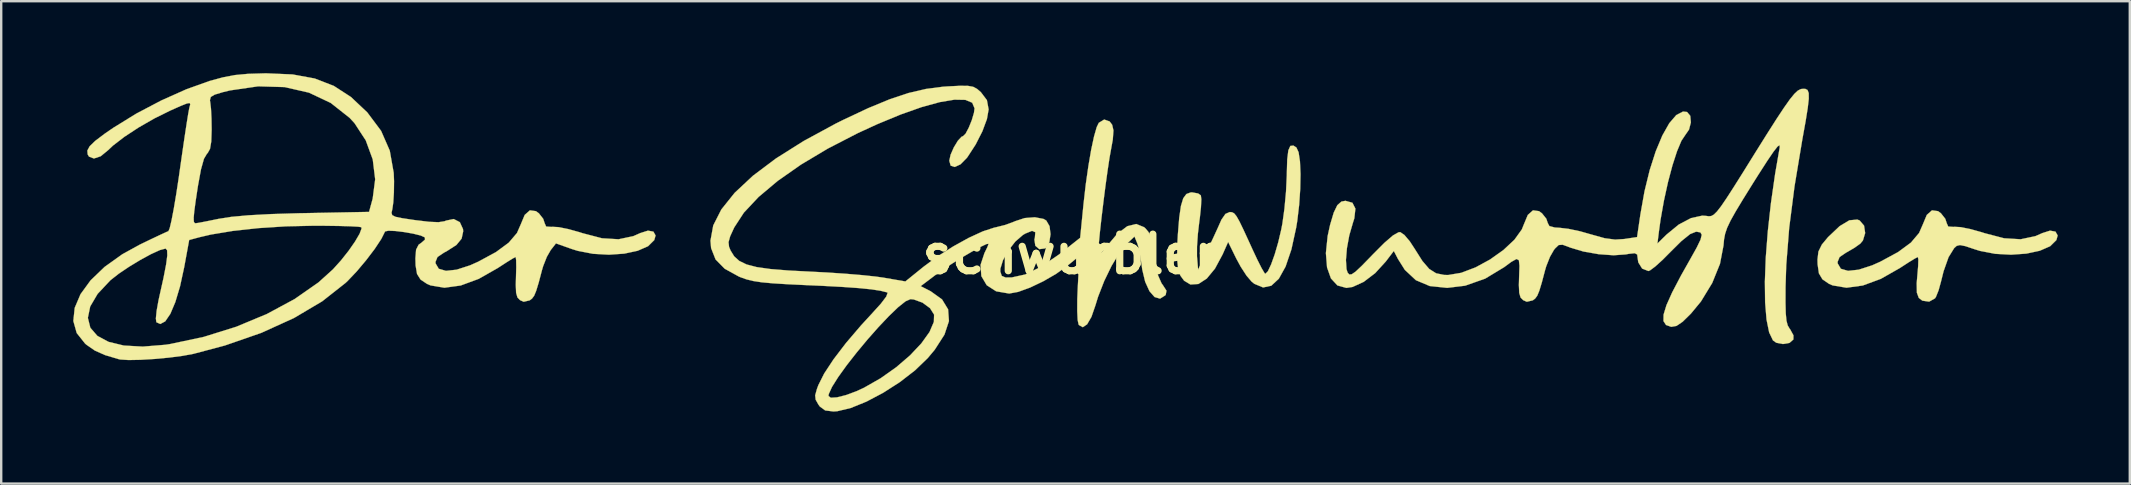
<source format=kicad_pcb>
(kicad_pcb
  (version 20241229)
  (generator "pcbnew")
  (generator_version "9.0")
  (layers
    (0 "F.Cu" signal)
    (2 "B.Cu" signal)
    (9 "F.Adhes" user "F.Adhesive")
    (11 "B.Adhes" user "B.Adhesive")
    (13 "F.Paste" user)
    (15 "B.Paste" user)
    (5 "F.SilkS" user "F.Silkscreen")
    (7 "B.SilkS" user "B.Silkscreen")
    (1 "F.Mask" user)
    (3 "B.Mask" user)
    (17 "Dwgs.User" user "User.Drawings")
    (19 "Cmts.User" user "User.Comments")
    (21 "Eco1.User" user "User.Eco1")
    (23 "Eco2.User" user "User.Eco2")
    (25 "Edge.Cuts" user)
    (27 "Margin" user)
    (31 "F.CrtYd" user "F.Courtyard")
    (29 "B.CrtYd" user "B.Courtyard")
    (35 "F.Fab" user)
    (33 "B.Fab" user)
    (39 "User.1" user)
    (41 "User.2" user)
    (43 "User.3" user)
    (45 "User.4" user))
  (footprint "schwurbler"
    (layer "F.Cu")
    (at 41.528 7.539)
    (property "Reference" "schwurbler" (at 0 0 0) (layer "F.SilkS") (effects (font (size 1.524 1.524) (thickness 0.3))))
    (attr through_hole)
    (fp_poly (pts (xy 9.428 -4.444) (xy 9.519 -4.246) (xy 9.576 -3.862) (xy 9.599 -3.338) (xy 9.587 -2.72) (xy 9.542 -2.054) (xy 9.463 -1.385) (xy 9.419 -1.112) (xy 9.219 -0.198) (xy 8.977 0.515) (xy 8.696 1.021) (xy 8.382 1.313) (xy 8.04 1.386) (xy 7.675 1.234) (xy 7.56 1.141) (xy 7.35 0.895) (xy 7.108 0.523) (xy 6.924 0.184) (xy 6.584 -0.51) (xy 6.354 0.008) (xy 6.035 0.601) (xy 5.692 1.016) (xy 5.345 1.241) (xy 5.013 1.263) (xy 4.749 1.104) (xy 4.596 0.896) (xy 4.501 0.612) (xy 4.459 0.21) (xy 4.464 -0.352) (xy 4.49 -0.828) (xy 4.546 -1.521) (xy 4.617 -2.011) (xy 4.713 -2.329) (xy 4.844 -2.506) (xy 5.021 -2.572) (xy 5.082 -2.575) (xy 5.333 -2.53) (xy 5.447 -2.451) (xy 5.467 -2.284) (xy 5.451 -1.95) (xy 5.404 -1.511) (xy 5.384 -1.369) (xy 5.322 -0.839) (xy 5.287 -0.323) (xy 5.286 0.076) (xy 5.288 0.117) (xy 5.332 0.644) (xy 5.751 -0.234) (xy 5.966 -0.689) (xy 6.155 -1.101) (xy 6.285 -1.394) (xy 6.302 -1.434) (xy 6.471 -1.678) (xy 6.65 -1.756) (xy 6.748 -1.747) (xy 6.835 -1.701) (xy 6.931 -1.583) (xy 7.056 -1.363) (xy 7.228 -1.007) (xy 7.469 -0.484) (xy 7.596 -0.205) (xy 7.802 0.234) (xy 7.977 0.579) (xy 8.097 0.783) (xy 8.132 0.819) (xy 8.238 0.713) (xy 8.374 0.426) (xy 8.524 0.008) (xy 8.67 -0.493) (xy 8.796 -1.027) (xy 8.843 -1.272) (xy 8.929 -1.895) (xy 8.995 -2.611) (xy 9.027 -3.279) (xy 9.028 -3.365) (xy 9.045 -3.951) (xy 9.091 -4.325) (xy 9.174 -4.509) (xy 9.302 -4.525) (xy 9.428 -4.444)) (stroke (width 0.01) (type solid)) (fill yes) (layer "F.SilkS"))
    (fp_poly (pts (xy 36.157 -1.793) (xy 36.279 -1.703) (xy 36.459 -1.474) (xy 36.52 -1.29) (xy 36.581 -1.152) (xy 36.799 -1.136) (xy 36.842 -1.141) (xy 37.101 -1.127) (xy 37.504 -1.046) (xy 37.974 -0.915) (xy 38.1 -0.874) (xy 38.908 -0.663) (xy 39.598 -0.622) (xy 40.211 -0.751) (xy 40.502 -0.879) (xy 40.822 -0.981) (xy 41.05 -0.94) (xy 41.14 -0.779) (xy 41.086 -0.587) (xy 40.829 -0.333) (xy 40.395 -0.144) (xy 39.836 -0.024) (xy 39.2 0.021) (xy 38.538 -0.015) (xy 37.9 -0.138) (xy 37.669 -0.21) (xy 37.293 -0.336) (xy 37.07 -0.38) (xy 36.934 -0.347) (xy 36.828 -0.252) (xy 36.595 0.124) (xy 36.387 0.712) (xy 36.277 1.152) (xy 36.179 1.507) (xy 36.071 1.775) (xy 36.031 1.839) (xy 35.786 1.977) (xy 35.503 1.936) (xy 35.354 1.82) (xy 35.275 1.604) (xy 35.267 1.211) (xy 35.295 0.883) (xy 35.328 0.495) (xy 35.336 0.22) (xy 35.318 0.117) (xy 35.198 0.177) (xy 34.939 0.335) (xy 34.595 0.558) (xy 34.573 0.573) (xy 33.772 1.028) (xy 33.022 1.304) (xy 32.344 1.397) (xy 31.764 1.3) (xy 31.612 1.233) (xy 31.341 1.047) (xy 31.194 0.799) (xy 31.139 0.418) (xy 31.135 0.223) (xy 31.173 -0.108) (xy 31.316 -0.4) (xy 31.574 -0.711) (xy 32.058 -1.169) (xy 32.463 -1.412) (xy 32.794 -1.442) (xy 32.892 -1.404) (xy 33.075 -1.19) (xy 33.121 -0.881) (xy 33.028 -0.573) (xy 32.921 -0.442) (xy 32.675 -0.266) (xy 32.354 -0.079) (xy 32.328 -0.066) (xy 32.056 0.118) (xy 31.972 0.321) (xy 31.977 0.387) (xy 32.109 0.608) (xy 32.408 0.694) (xy 32.85 0.646) (xy 33.41 0.465) (xy 33.751 0.313) (xy 34.493 -0.089) (xy 35.025 -0.481) (xy 35.366 -0.883) (xy 35.517 -1.226) (xy 35.688 -1.636) (xy 35.904 -1.827) (xy 36.157 -1.793)) (stroke (width 0.01) (type solid)) (fill yes) (layer "F.SilkS"))
    (fp_poly (pts (xy 30.719 -6.841) (xy 30.769 -6.713) (xy 30.772 -6.473) (xy 30.729 -6.094) (xy 30.641 -5.544) (xy 30.506 -4.796) (xy 30.501 -4.766) (xy 30.179 -2.834) (xy 29.956 -1.098) (xy 29.833 0.456) (xy 29.804 1.363) (xy 29.802 2.009) (xy 29.813 2.463) (xy 29.842 2.769) (xy 29.894 2.967) (xy 29.973 3.102) (xy 29.997 3.131) (xy 30.133 3.379) (xy 30.131 3.553) (xy 29.968 3.696) (xy 29.695 3.743) (xy 29.418 3.689) (xy 29.28 3.591) (xy 29.121 3.259) (xy 29.012 2.723) (xy 28.953 2.009) (xy 28.943 1.142) (xy 28.98 0.147) (xy 29.065 -0.951) (xy 29.195 -2.126) (xy 29.371 -3.354) (xy 29.561 -4.448) (xy 29.556 -4.542) (xy 29.472 -4.486) (xy 29.301 -4.268) (xy 29.035 -3.876) (xy 28.664 -3.299) (xy 28.451 -2.961) (xy 28.035 -2.292) (xy 27.728 -1.783) (xy 27.512 -1.398) (xy 27.371 -1.1) (xy 27.287 -0.851) (xy 27.242 -0.616) (xy 27.219 -0.36) (xy 27.073 0.401) (xy 26.75 1.199) (xy 26.28 1.97) (xy 25.862 2.476) (xy 25.517 2.815) (xy 25.26 2.988) (xy 25.049 3.026) (xy 25.034 3.024) (xy 24.824 2.949) (xy 24.719 2.786) (xy 24.723 2.517) (xy 24.843 2.123) (xy 25.083 1.588) (xy 25.447 0.893) (xy 25.825 0.223) (xy 26.104 -0.276) (xy 26.264 -0.609) (xy 26.313 -0.809) (xy 26.257 -0.907) (xy 26.103 -0.936) (xy 26.073 -0.936) (xy 25.831 -0.839) (xy 25.467 -0.547) (xy 25.033 -0.117) (xy 24.682 0.236) (xy 24.376 0.513) (xy 24.158 0.675) (xy 24.091 0.702) (xy 23.83 0.599) (xy 23.669 0.339) (xy 23.644 0.168) (xy 23.624 0.014) (xy 23.522 -0.041) (xy 23.277 -0.015) (xy 23.147 0.009) (xy 22.641 0.045) (xy 22.02 0.000238) (xy 21.385 -0.111) (xy 20.837 -0.275) (xy 20.798 -0.291) (xy 20.519 -0.394) (xy 20.354 -0.382) (xy 20.205 -0.24) (xy 20.157 -0.18) (xy 19.991 0.109) (xy 19.835 0.502) (xy 19.786 0.668) (xy 19.649 1.186) (xy 19.546 1.525) (xy 19.461 1.73) (xy 19.372 1.85) (xy 19.277 1.922) (xy 19.026 1.982) (xy 18.874 1.915) (xy 18.766 1.805) (xy 18.71 1.614) (xy 18.695 1.286) (xy 18.705 0.939) (xy 18.72 0.488) (xy 18.695 0.249) (xy 18.595 0.2) (xy 18.385 0.317) (xy 18.083 0.54) (xy 17.292 1.018) (xy 16.457 1.312) (xy 15.708 1.403) (xy 14.982 1.327) (xy 14.404 1.083) (xy 13.944 0.653) (xy 13.657 0.196) (xy 13.486 -0.134) (xy 13.151 0.305) (xy 12.711 0.787) (xy 12.231 1.153) (xy 11.767 1.365) (xy 11.51 1.405) (xy 11.137 1.302) (xy 10.866 1.01) (xy 10.704 0.553) (xy 10.656 -0.045) (xy 10.729 -0.758) (xy 10.832 -1.227) (xy 10.982 -1.731) (xy 11.131 -2.04) (xy 11.301 -2.191) (xy 11.471 -2.224) (xy 11.762 -2.142) (xy 11.885 -1.898) (xy 11.841 -1.495) (xy 11.777 -1.293) (xy 11.63 -0.785) (xy 11.532 -0.251) (xy 11.491 0.241) (xy 11.514 0.622) (xy 11.562 0.768) (xy 11.63 0.845) (xy 11.73 0.838) (xy 11.892 0.727) (xy 12.145 0.489) (xy 12.521 0.104) (xy 12.61 0.011) (xy 13.095 -0.475) (xy 13.45 -0.781) (xy 13.685 -0.914) (xy 13.755 -0.919) (xy 13.925 -0.802) (xy 14.15 -0.537) (xy 14.349 -0.233) (xy 14.675 0.282) (xy 14.96 0.614) (xy 15.248 0.796) (xy 15.583 0.864) (xy 15.751 0.867) (xy 16.293 0.776) (xy 16.892 0.549) (xy 17.495 0.221) (xy 18.052 -0.175) (xy 18.51 -0.603) (xy 18.817 -1.03) (xy 18.896 -1.225) (xy 19.067 -1.635) (xy 19.283 -1.827) (xy 19.535 -1.793) (xy 19.658 -1.703) (xy 19.838 -1.478) (xy 19.899 -1.299) (xy 19.965 -1.172) (xy 20.193 -1.111) (xy 20.396 -1.099) (xy 20.765 -1.055) (xy 21.247 -0.953) (xy 21.719 -0.819) (xy 22.271 -0.665) (xy 22.705 -0.608) (xy 23.082 -0.632) (xy 23.619 -0.713) (xy 23.758 -1.662) (xy 23.929 -2.621) (xy 24.145 -3.503) (xy 24.396 -4.285) (xy 24.671 -4.943) (xy 24.96 -5.455) (xy 25.251 -5.795) (xy 25.533 -5.942) (xy 25.702 -5.924) (xy 25.835 -5.764) (xy 25.86 -5.489) (xy 25.783 -5.19) (xy 25.633 -4.974) (xy 25.466 -4.725) (xy 25.282 -4.284) (xy 25.091 -3.695) (xy 24.906 -2.997) (xy 24.738 -2.232) (xy 24.598 -1.443) (xy 24.53 -0.953) (xy 24.467 -0.444) (xy 24.846 -0.817) (xy 25.353 -1.233) (xy 25.867 -1.504) (xy 26.336 -1.606) (xy 26.498 -1.595) (xy 26.609 -1.579) (xy 26.711 -1.591) (xy 26.818 -1.65) (xy 26.949 -1.779) (xy 27.121 -2.001) (xy 27.349 -2.335) (xy 27.651 -2.804) (xy 28.045 -3.43) (xy 28.517 -4.189) (xy 29.026 -5.002) (xy 29.431 -5.637) (xy 29.746 -6.113) (xy 29.987 -6.454) (xy 30.172 -6.68) (xy 30.314 -6.813) (xy 30.43 -6.874) (xy 30.478 -6.885) (xy 30.622 -6.889) (xy 30.719 -6.841)) (stroke (width 0.01) (type solid)) (fill yes) (layer "F.SilkS"))
    (fp_poly (pts (xy -4.254 -7.012) (xy -4.037 -6.973) (xy -3.874 -6.885) (xy -3.716 -6.749) (xy -3.465 -6.416) (xy -3.394 -6.03) (xy -3.465 -5.628) (xy -3.655 -5.118) (xy -3.934 -4.57) (xy -4.269 -4.054) (xy -4.303 -4.009) (xy -4.567 -3.742) (xy -4.805 -3.633) (xy -4.975 -3.689) (xy -5.033 -3.892) (xy -4.978 -4.144) (xy -4.844 -4.449) (xy -4.676 -4.726) (xy -4.517 -4.896) (xy -4.462 -4.916) (xy -4.357 -5.016) (xy -4.224 -5.265) (xy -4.095 -5.583) (xy -4.004 -5.894) (xy -3.98 -6.076) (xy -4.078 -6.31) (xy -4.363 -6.429) (xy -4.819 -6.437) (xy -5.43 -6.335) (xy -6.181 -6.129) (xy -7.056 -5.82) (xy -8.04 -5.413) (xy -8.839 -5.046) (xy -10.087 -4.403) (xy -11.207 -3.735) (xy -12.176 -3.057) (xy -12.977 -2.384) (xy -13.589 -1.732) (xy -13.992 -1.114) (xy -13.993 -1.111) (xy -14.162 -0.743) (xy -14.229 -0.501) (xy -14.207 -0.306) (xy -14.144 -0.154) (xy -13.993 0.09) (xy -13.781 0.281) (xy -13.477 0.428) (xy -13.053 0.538) (xy -12.479 0.619) (xy -11.726 0.68) (xy -10.888 0.723) (xy -10.119 0.763) (xy -9.358 0.814) (xy -8.664 0.872) (xy -8.098 0.932) (xy -7.791 0.975) (xy -6.862 1.135) (xy -6.097 0.517) (xy -5.513 0.087) (xy -4.87 -0.323) (xy -4.224 -0.68) (xy -3.633 -0.952) (xy -3.155 -1.108) (xy -3.102 -1.118) (xy -2.7 -1.219) (xy -2.333 -1.355) (xy -2.295 -1.373) (xy -1.894 -1.505) (xy -1.467 -1.538) (xy -1.11 -1.47) (xy -0.992 -1.402) (xy -0.856 -1.167) (xy -0.815 -0.834) (xy -0.865 -0.502) (xy -1 -0.269) (xy -1.041 -0.241) (xy -1.282 -0.209) (xy -1.449 -0.352) (xy -1.487 -0.609) (xy -1.468 -0.687) (xy -1.449 -0.915) (xy -1.585 -0.973) (xy -1.868 -0.859) (xy -1.969 -0.798) (xy -2.282 -0.527) (xy -2.572 -0.153) (xy -2.795 0.249) (xy -2.905 0.605) (xy -2.906 0.727) (xy -2.846 0.904) (xy -2.688 0.971) (xy -2.432 0.969) (xy -1.869 0.845) (xy -1.216 0.527) (xy -0.462 0.012) (xy -0.288 -0.123) (xy 0.419 -0.683) (xy 0.561 -2.105) (xy 0.653 -2.912) (xy 0.762 -3.674) (xy 0.878 -4.35) (xy 0.997 -4.904) (xy 1.109 -5.295) (xy 1.195 -5.472) (xy 1.421 -5.61) (xy 1.647 -5.53) (xy 1.752 -5.392) (xy 1.806 -5.156) (xy 1.779 -4.774) (xy 1.705 -4.368) (xy 1.641 -4.01) (xy 1.563 -3.493) (xy 1.477 -2.872) (xy 1.391 -2.2) (xy 1.31 -1.532) (xy 1.242 -0.922) (xy 1.194 -0.423) (xy 1.171 -0.091) (xy 1.171 -0.046) (xy 1.225 0.002) (xy 1.382 -0.146) (xy 1.505 -0.304) (xy 1.964 -0.848) (xy 2.383 -1.166) (xy 2.757 -1.258) (xy 3.085 -1.124) (xy 3.144 -1.07) (xy 3.264 -0.927) (xy 3.354 -0.747) (xy 3.426 -0.478) (xy 3.495 -0.073) (xy 3.57 0.486) (xy 3.662 0.878) (xy 3.809 1.211) (xy 3.868 1.293) (xy 4.015 1.521) (xy 3.984 1.69) (xy 3.965 1.715) (xy 3.747 1.852) (xy 3.52 1.785) (xy 3.306 1.541) (xy 3.127 1.148) (xy 3.004 0.634) (xy 2.984 0.476) (xy 2.923 0.056) (xy 2.844 -0.308) (xy 2.797 -0.456) (xy 2.682 -0.736) (xy 2.348 -0.417) (xy 2.047 -0.044) (xy 1.726 0.489) (xy 1.421 1.118) (xy 1.165 1.774) (xy 1.057 2.126) (xy 0.89 2.609) (xy 0.709 2.921) (xy 0.53 3.042) (xy 0.37 2.953) (xy 0.354 2.929) (xy 0.315 2.743) (xy 0.297 2.376) (xy 0.299 1.876) (xy 0.318 1.413) (xy 0.389 0.07) (xy -0.13 0.496) (xy -0.588 0.823) (xy -1.123 1.131) (xy -1.669 1.391) (xy -2.162 1.57) (xy -2.536 1.639) (xy -2.54 1.639) (xy -3.08 1.546) (xy -3.473 1.293) (xy -3.697 0.914) (xy -3.731 0.447) (xy -3.569 -0.043) (xy -3.449 -0.29) (xy -3.395 -0.431) (xy -3.394 -0.434) (xy -3.485 -0.421) (xy -3.726 -0.307) (xy -4.072 -0.117) (xy -4.479 0.121) (xy -4.901 0.383) (xy -5.293 0.64) (xy -5.578 0.843) (xy -6.224 1.331) (xy -5.811 1.542) (xy -5.336 1.882) (xy -5.082 2.297) (xy -5.047 2.787) (xy -5.233 3.349) (xy -5.639 3.98) (xy -5.933 4.331) (xy -6.46 4.839) (xy -7.094 5.329) (xy -7.785 5.772) (xy -8.483 6.141) (xy -9.138 6.407) (xy -9.698 6.541) (xy -9.859 6.552) (xy -10.203 6.509) (xy -10.427 6.345) (xy -10.488 6.26) (xy -10.6 6.06) (xy -10.616 5.906) (xy -10.066 5.906) (xy -9.969 5.98) (xy -9.709 5.964) (xy -9.337 5.87) (xy -8.901 5.709) (xy -8.59 5.566) (xy -7.892 5.168) (xy -7.242 4.708) (xy -6.668 4.215) (xy -6.197 3.716) (xy -5.857 3.242) (xy -5.675 2.819) (xy -5.666 2.517) (xy -5.835 2.249) (xy -6.147 2.019) (xy -6.513 1.886) (xy -6.652 1.873) (xy -6.855 1.963) (xy -7.165 2.21) (xy -7.552 2.582) (xy -7.989 3.044) (xy -8.447 3.562) (xy -8.897 4.104) (xy -9.312 4.634) (xy -9.661 5.12) (xy -9.918 5.528) (xy -10.053 5.824) (xy -10.066 5.906) (xy -10.616 5.906) (xy -10.619 5.876) (xy -10.546 5.613) (xy -10.485 5.45) (xy -10.244 4.971) (xy -9.852 4.376) (xy -9.334 3.698) (xy -8.715 2.973) (xy -8.279 2.499) (xy -7.886 2.066) (xy -7.659 1.767) (xy -7.602 1.611) (xy -7.624 1.591) (xy -7.897 1.523) (xy -8.276 1.465) (xy -8.788 1.413) (xy -9.462 1.365) (xy -10.325 1.318) (xy -10.943 1.291) (xy -11.758 1.252) (xy -12.378 1.214) (xy -12.846 1.171) (xy -13.2 1.117) (xy -13.482 1.048) (xy -13.732 0.959) (xy -13.795 0.933) (xy -14.388 0.606) (xy -14.769 0.219) (xy -14.955 -0.253) (xy -14.981 -0.565) (xy -14.866 -1.198) (xy -14.528 -1.864) (xy -13.974 -2.556) (xy -13.213 -3.267) (xy -12.252 -3.989) (xy -11.099 -4.715) (xy -9.762 -5.44) (xy -9.446 -5.597) (xy -8.41 -6.084) (xy -7.521 -6.451) (xy -6.736 -6.713) (xy -6.009 -6.883) (xy -5.298 -6.976) (xy -5.092 -6.99) (xy -4.586 -7.015) (xy -4.254 -7.012)) (stroke (width 0.01) (type solid)) (fill yes) (layer "F.SilkS"))
    (fp_poly (pts (xy -32.389 -7.488) (xy -31.468 -7.319) (xy -30.672 -7.011) (xy -29.958 -6.548) (xy -29.286 -5.915) (xy -29.274 -5.902) (xy -28.702 -5.137) (xy -28.341 -4.313) (xy -28.177 -3.388) (xy -28.163 -3.043) (xy -28.169 -2.569) (xy -28.195 -2.151) (xy -28.234 -1.876) (xy -28.237 -1.865) (xy -28.268 -1.722) (xy -28.239 -1.627) (xy -28.108 -1.559) (xy -27.834 -1.501) (xy -27.377 -1.432) (xy -27.278 -1.418) (xy -26.702 -1.349) (xy -26.31 -1.333) (xy -26.061 -1.372) (xy -25.993 -1.4) (xy -25.677 -1.465) (xy -25.422 -1.334) (xy -25.29 -1.046) (xy -25.283 -0.95) (xy -25.348 -0.648) (xy -25.564 -0.385) (xy -25.969 -0.124) (xy -26.08 -0.066) (xy -26.353 0.118) (xy -26.436 0.321) (xy -26.431 0.387) (xy -26.299 0.608) (xy -26 0.694) (xy -25.559 0.646) (xy -24.998 0.465) (xy -24.657 0.313) (xy -23.915 -0.089) (xy -23.384 -0.481) (xy -23.042 -0.883) (xy -22.891 -1.226) (xy -22.72 -1.636) (xy -22.504 -1.827) (xy -22.252 -1.793) (xy -22.129 -1.703) (xy -21.949 -1.474) (xy -21.888 -1.29) (xy -21.827 -1.152) (xy -21.609 -1.136) (xy -21.567 -1.141) (xy -21.307 -1.127) (xy -20.904 -1.046) (xy -20.434 -0.915) (xy -20.308 -0.874) (xy -19.5 -0.663) (xy -18.81 -0.622) (xy -18.197 -0.751) (xy -17.907 -0.879) (xy -17.586 -0.981) (xy -17.358 -0.94) (xy -17.268 -0.779) (xy -17.323 -0.587) (xy -17.58 -0.333) (xy -18.014 -0.143) (xy -18.574 -0.023) (xy -19.211 0.021) (xy -19.874 -0.016) (xy -20.514 -0.14) (xy -20.746 -0.212) (xy -21.418 -0.45) (xy -21.636 -0.172) (xy -21.799 0.112) (xy -21.952 0.501) (xy -22.001 0.668) (xy -22.138 1.186) (xy -22.241 1.525) (xy -22.326 1.73) (xy -22.415 1.85) (xy -22.51 1.922) (xy -22.761 1.982) (xy -22.913 1.915) (xy -23.022 1.803) (xy -23.078 1.61) (xy -23.092 1.279) (xy -23.083 0.95) (xy -23.072 0.543) (xy -23.077 0.246) (xy -23.096 0.118) (xy -23.099 0.117) (xy -23.214 0.177) (xy -23.47 0.335) (xy -23.812 0.557) (xy -23.836 0.573) (xy -24.636 1.028) (xy -25.386 1.304) (xy -26.064 1.397) (xy -26.644 1.3) (xy -26.796 1.233) (xy -27.058 1.057) (xy -27.205 0.825) (xy -27.265 0.469) (xy -27.273 0.17) (xy -27.245 -0.188) (xy -27.141 -0.393) (xy -27.026 -0.475) (xy -26.875 -0.606) (xy -26.88 -0.7) (xy -27.053 -0.778) (xy -27.363 -0.855) (xy -27.738 -0.921) (xy -28.106 -0.966) (xy -28.395 -0.978) (xy -28.536 -0.948) (xy -28.539 -0.942) (xy -28.693 -0.636) (xy -28.968 -0.22) (xy -29.323 0.247) (xy -29.712 0.71) (xy -30.093 1.112) (xy -30.182 1.196) (xy -31.156 1.963) (xy -32.334 2.66) (xy -33.692 3.277) (xy -35.209 3.803) (xy -36.52 4.151) (xy -36.98 4.236) (xy -37.545 4.309) (xy -38.149 4.365) (xy -38.729 4.4) (xy -39.222 4.409) (xy -39.565 4.387) (xy -39.622 4.376) (xy -40.201 4.204) (xy -40.625 4.016) (xy -40.972 3.776) (xy -41.033 3.724) (xy -41.382 3.285) (xy -41.523 2.783) (xy -41.509 2.652) (xy -40.918 2.652) (xy -40.815 3.064) (xy -40.524 3.401) (xy -40.055 3.652) (xy -39.42 3.806) (xy -38.63 3.85) (xy -37.695 3.774) (xy -37.495 3.744) (xy -36.093 3.446) (xy -34.734 3.022) (xy -33.458 2.49) (xy -32.305 1.869) (xy -31.313 1.177) (xy -30.709 0.632) (xy -30.374 0.26) (xy -30.057 -0.14) (xy -29.789 -0.525) (xy -29.599 -0.849) (xy -29.517 -1.067) (xy -29.529 -1.125) (xy -29.661 -1.145) (xy -29.986 -1.163) (xy -30.465 -1.176) (xy -31.056 -1.184) (xy -31.504 -1.186) (xy -32.674 -1.16) (xy -33.817 -1.086) (xy -34.876 -0.97) (xy -35.794 -0.818) (xy -36.269 -0.707) (xy -36.697 -0.592) (xy -36.905 0.541) (xy -37.078 1.339) (xy -37.274 1.994) (xy -37.482 2.486) (xy -37.694 2.797) (xy -37.9 2.908) (xy -38.064 2.834) (xy -38.085 2.681) (xy -38.053 2.358) (xy -37.975 1.924) (xy -37.936 1.747) (xy -37.766 0.985) (xy -37.658 0.426) (xy -37.609 0.051) (xy -37.616 -0.162) (xy -37.677 -0.234) (xy -37.683 -0.234) (xy -37.919 -0.171) (xy -38.289 -0.002) (xy -38.735 0.241) (xy -39.202 0.524) (xy -39.634 0.815) (xy -39.974 1.082) (xy -39.985 1.092) (xy -40.513 1.655) (xy -40.821 2.179) (xy -40.918 2.652) (xy -41.509 2.652) (xy -41.466 2.236) (xy -41.223 1.665) (xy -40.804 1.09) (xy -40.22 0.529) (xy -39.482 0.002) (xy -38.755 -0.398) (xy -38.293 -0.621) (xy -37.904 -0.805) (xy -37.641 -0.926) (xy -37.561 -0.96) (xy -37.509 -1.083) (xy -37.433 -1.404) (xy -37.415 -1.499) (xy -36.511 -1.499) (xy -36.502 -1.351) (xy -36.464 -1.294) (xy -36.432 -1.288) (xy -36.283 -1.31) (xy -35.967 -1.371) (xy -35.549 -1.456) (xy -35.466 -1.473) (xy -34.943 -1.555) (xy -34.22 -1.621) (xy -33.287 -1.671) (xy -32.134 -1.706) (xy -31.896 -1.71) (xy -29.204 -1.762) (xy -29.053 -2.315) (xy -28.949 -3.119) (xy -29.05 -3.946) (xy -29.342 -4.743) (xy -29.808 -5.456) (xy -30.012 -5.678) (xy -30.799 -6.3) (xy -31.707 -6.729) (xy -32.72 -6.961) (xy -33.823 -6.993) (xy -34.999 -6.822) (xy -35.291 -6.751) (xy -35.633 -6.648) (xy -35.797 -6.55) (xy -35.833 -6.415) (xy -35.818 -6.312) (xy -35.788 -6.054) (xy -35.768 -5.649) (xy -35.761 -5.185) (xy -35.761 -5.183) (xy -35.777 -4.694) (xy -35.829 -4.388) (xy -35.925 -4.215) (xy -35.955 -4.188) (xy -36.082 -3.974) (xy -36.206 -3.531) (xy -36.33 -2.855) (xy -36.334 -2.834) (xy -36.429 -2.205) (xy -36.487 -1.772) (xy -36.511 -1.499) (xy -37.415 -1.499) (xy -37.34 -1.888) (xy -37.237 -2.5) (xy -37.129 -3.206) (xy -37.094 -3.456) (xy -36.988 -4.198) (xy -36.89 -4.87) (xy -36.804 -5.434) (xy -36.737 -5.852) (xy -36.693 -6.087) (xy -36.686 -6.116) (xy -36.652 -6.242) (xy -36.676 -6.298) (xy -36.797 -6.277) (xy -37.054 -6.175) (xy -37.485 -5.983) (xy -37.487 -5.982) (xy -38.143 -5.658) (xy -38.8 -5.281) (xy -39.395 -4.891) (xy -39.87 -4.526) (xy -40.071 -4.336) (xy -40.383 -4.08) (xy -40.665 -3.986) (xy -40.871 -4.065) (xy -40.926 -4.157) (xy -40.94 -4.316) (xy -40.844 -4.495) (xy -40.612 -4.72) (xy -40.22 -5.017) (xy -39.857 -5.266) (xy -38.904 -5.854) (xy -37.86 -6.403) (xy -36.812 -6.871) (xy -35.85 -7.215) (xy -35.295 -7.366) (xy -34.791 -7.462) (xy -34.246 -7.513) (xy -33.57 -7.533) (xy -33.476 -7.534) (xy -32.389 -7.488)) (stroke (width 0.01) (type solid)) (fill yes) (layer "F.SilkS")))
  (gr_rect
    (start -3 -3)
    (end 85.673 17.096)
    (stroke (width 0.1) (type default))
    (fill no)
    (layer "Edge.Cuts")))
</source>
